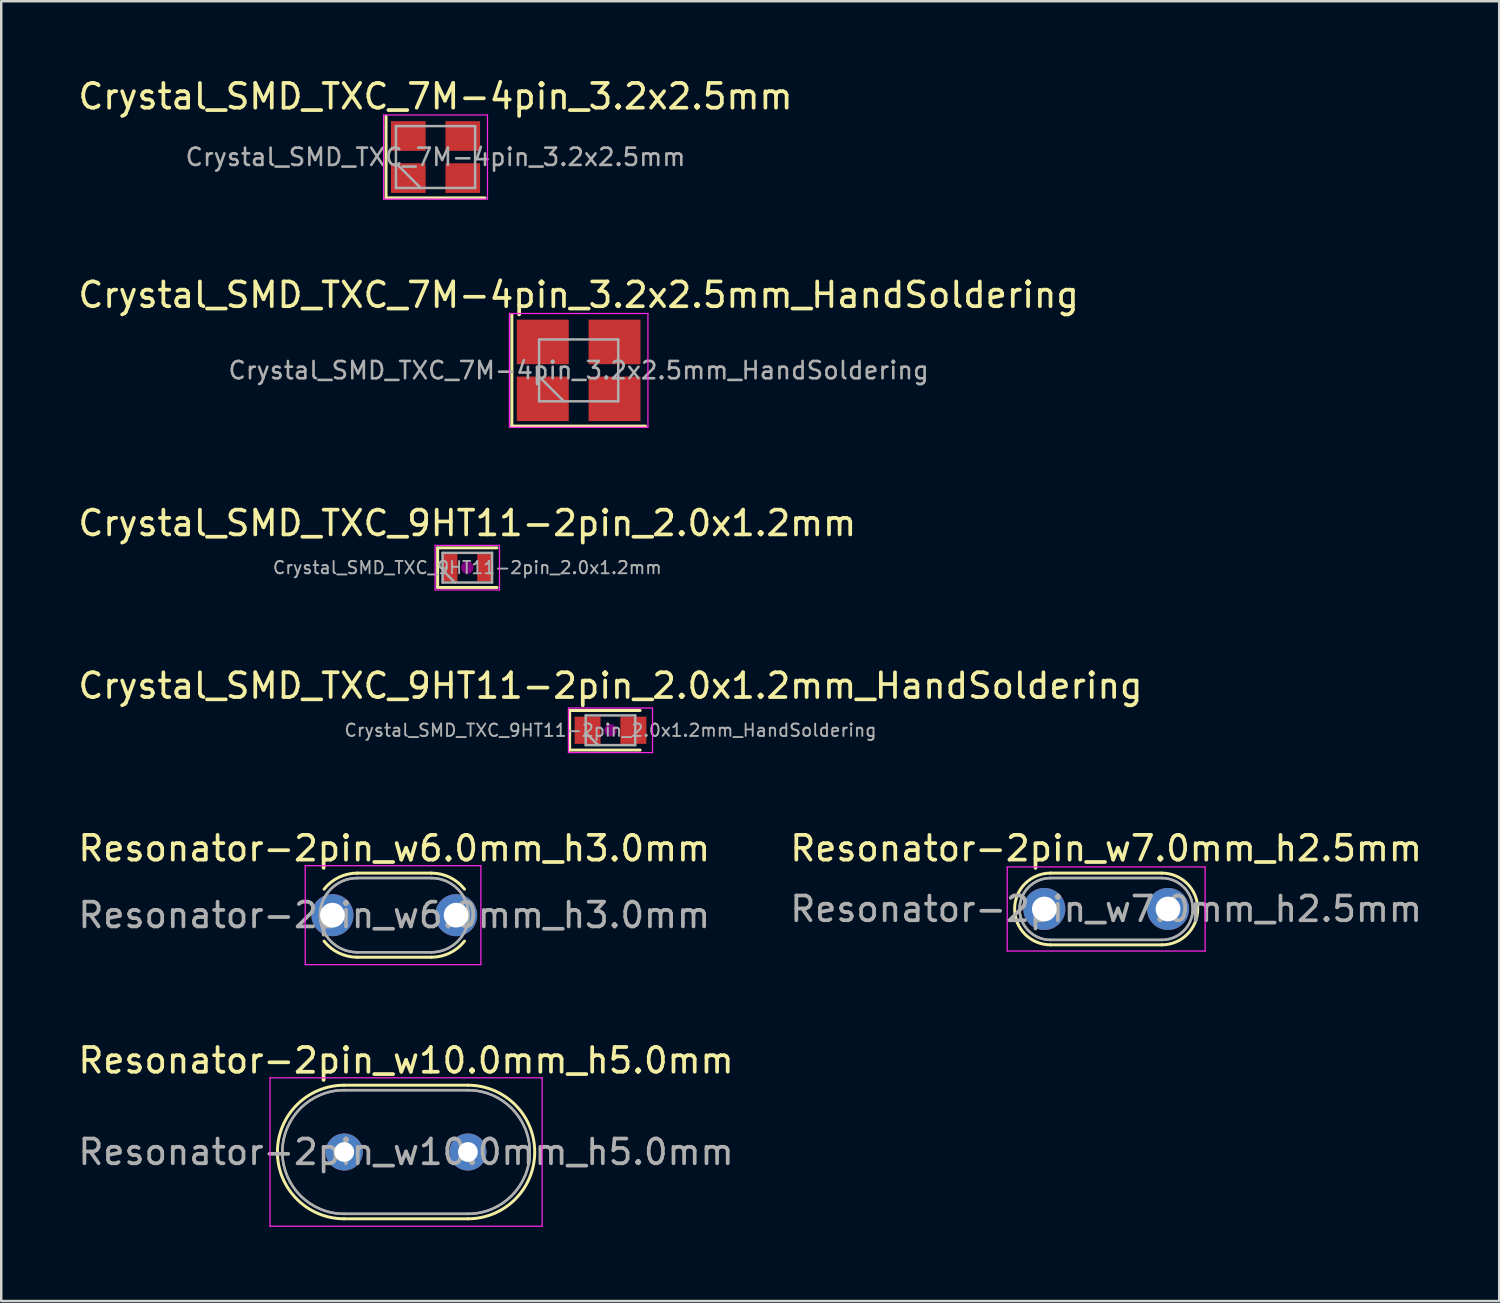
<source format=kicad_pcb>
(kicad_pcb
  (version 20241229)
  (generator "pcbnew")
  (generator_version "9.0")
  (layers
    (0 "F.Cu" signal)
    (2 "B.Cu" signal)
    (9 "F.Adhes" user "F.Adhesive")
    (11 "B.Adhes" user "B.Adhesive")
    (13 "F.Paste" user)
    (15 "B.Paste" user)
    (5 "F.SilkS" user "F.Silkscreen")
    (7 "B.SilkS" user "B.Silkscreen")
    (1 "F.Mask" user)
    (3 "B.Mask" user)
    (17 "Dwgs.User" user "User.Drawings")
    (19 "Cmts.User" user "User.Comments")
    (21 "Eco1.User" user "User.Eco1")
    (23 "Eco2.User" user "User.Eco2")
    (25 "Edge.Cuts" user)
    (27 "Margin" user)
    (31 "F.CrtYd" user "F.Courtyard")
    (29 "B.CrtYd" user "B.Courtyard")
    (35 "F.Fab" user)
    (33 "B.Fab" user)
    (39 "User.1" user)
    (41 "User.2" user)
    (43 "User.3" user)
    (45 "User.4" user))
  (footprint "Resonator-2pin_w6.0mm_h3.0mm"
    (layer "F.Cu")
    (at 10.387 33.941)
    (property "Reference" "Resonator-2pin_w6.0mm_h3.0mm" (at 2.5 -2.7 0) (layer "F.SilkS") (effects (font (size 1 1) (thickness 0.15))))
    (attr through_hole)
    (fp_line (start 1 -1.7) (end 4 -1.7) (stroke (width 0.12) (type solid)) (layer "F.SilkS"))
    (fp_line (start 1 1.7) (end 4 1.7) (stroke (width 0.12) (type solid)) (layer "F.SilkS"))
    (fp_arc (start -0.33779 -1.048961) (mid 0.256102 -1.5286) (end 1 -1.7) (stroke (width 0.12) (type solid)) (layer "F.SilkS"))
    (fp_arc (start 1 1.7) (mid 0.256103 1.5286) (end -0.33779 1.048961) (stroke (width 0.12) (type solid)) (layer "F.SilkS"))
    (fp_arc (start 4 -1.7) (mid 4.743897 -1.5286) (end 5.33779 -1.048961) (stroke (width 0.12) (type solid)) (layer "F.SilkS"))
    (fp_arc (start 5.33779 1.048961) (mid 4.743898 1.5286) (end 4 1.7) (stroke (width 0.12) (type solid)) (layer "F.SilkS"))
    (fp_line (start -1.1 -2) (end -1.1 2) (stroke (width 0.05) (type solid)) (layer "F.CrtYd"))
    (fp_line (start -1.1 2) (end 6 2) (stroke (width 0.05) (type solid)) (layer "F.CrtYd"))
    (fp_line (start 6 -2) (end -1.1 -2) (stroke (width 0.05) (type solid)) (layer "F.CrtYd"))
    (fp_line (start 6 2) (end 6 -2) (stroke (width 0.05) (type solid)) (layer "F.CrtYd"))
    (fp_line (start 1 -1.5) (end 4 -1.5) (stroke (width 0.1) (type solid)) (layer "F.Fab"))
    (fp_line (start 1 -1.5) (end 4 -1.5) (stroke (width 0.1) (type solid)) (layer "F.Fab"))
    (fp_line (start 1 1.5) (end 4 1.5) (stroke (width 0.1) (type solid)) (layer "F.Fab"))
    (fp_line (start 1 1.5) (end 4 1.5) (stroke (width 0.1) (type solid)) (layer "F.Fab"))
    (fp_arc (start 1 1.5) (mid -0.5 0) (end 1 -1.5) (stroke (width 0.1) (type solid)) (layer "F.Fab"))
    (fp_arc (start 1 1.5) (mid -0.5 0) (end 1 -1.5) (stroke (width 0.1) (type solid)) (layer "F.Fab"))
    (fp_arc (start 4 -1.5) (mid 5.5 0) (end 4 1.5) (stroke (width 0.1) (type solid)) (layer "F.Fab"))
    (fp_arc (start 4 -1.5) (mid 5.5 0) (end 4 1.5) (stroke (width 0.1) (type solid)) (layer "F.Fab"))
    (fp_text user "${REFERENCE}" (at 2.5 0 0) (layer "F.Fab") (effects (font (size 1 1) (thickness 0.15))))
    (pad "1" thru_hole circle (at 0 0) (size 1.7 1.7) (drill 1) (layers "*.Cu" "*.Mask"))
    (pad "2" thru_hole circle (at 5 0) (size 1.7 1.7) (drill 1) (layers "*.Cu" "*.Mask")))
  (footprint "Crystal_SMD_TXC_7M-4pin_3.2x2.5mm_HandSoldering"
    (layer "F.Cu")
    (at 20.339 11.921)
    (property "Reference" "Crystal_SMD_TXC_7M-4pin_3.2x2.5mm_HandSoldering" (at 0 -3.05 0) (layer "F.SilkS") (effects (font (size 1 1) (thickness 0.15))))
    (attr smd)
    (fp_line (start -2.7 -2.25) (end -2.7 2.25) (stroke (width 0.12) (type solid)) (layer "F.SilkS"))
    (fp_line (start -2.7 2.25) (end 2.7 2.25) (stroke (width 0.12) (type solid)) (layer "F.SilkS"))
    (fp_line (start -2.8 -2.3) (end -2.8 2.3) (stroke (width 0.05) (type solid)) (layer "F.CrtYd"))
    (fp_line (start -2.8 2.3) (end 2.8 2.3) (stroke (width 0.05) (type solid)) (layer "F.CrtYd"))
    (fp_line (start 2.8 -2.3) (end -2.8 -2.3) (stroke (width 0.05) (type solid)) (layer "F.CrtYd"))
    (fp_line (start 2.8 2.3) (end 2.8 -2.3) (stroke (width 0.05) (type solid)) (layer "F.CrtYd"))
    (fp_line (start -1.6 -1.25) (end -1.6 1.25) (stroke (width 0.1) (type solid)) (layer "F.Fab"))
    (fp_line (start -1.6 0.25) (end -0.6 1.25) (stroke (width 0.1) (type solid)) (layer "F.Fab"))
    (fp_line (start -1.6 1.25) (end 1.6 1.25) (stroke (width 0.1) (type solid)) (layer "F.Fab"))
    (fp_line (start 1.6 -1.25) (end -1.6 -1.25) (stroke (width 0.1) (type solid)) (layer "F.Fab"))
    (fp_line (start 1.6 1.25) (end 1.6 -1.25) (stroke (width 0.1) (type solid)) (layer "F.Fab"))
    (fp_text user "${REFERENCE}" (at 0 0 0) (layer "F.Fab") (effects (font (size 0.7 0.7) (thickness 0.105))))
    (pad "1" smd rect (at -1.45 1.15) (size 2.1 1.8) (layers "F.Cu" "F.Mask" "F.Paste"))
    (pad "2" smd rect (at 1.45 1.15) (size 2.1 1.8) (layers "F.Cu" "F.Mask" "F.Paste"))
    (pad "3" smd rect (at 1.45 -1.15) (size 2.1 1.8) (layers "F.Cu" "F.Mask" "F.Paste"))
    (pad "4" smd rect (at -1.45 -1.15) (size 2.1 1.8) (layers "F.Cu" "F.Mask" "F.Paste")))
  (footprint "Resonator-2pin_w10.0mm_h5.0mm"
    (layer "F.Cu")
    (at 10.863 43.514)
    (property "Reference" "Resonator-2pin_w10.0mm_h5.0mm" (at 2.5 -3.7 0) (layer "F.SilkS") (effects (font (size 1 1) (thickness 0.15))))
    (attr through_hole)
    (fp_line (start 0 -2.7) (end 5 -2.7) (stroke (width 0.12) (type solid)) (layer "F.SilkS"))
    (fp_line (start 0 2.7) (end 5 2.7) (stroke (width 0.12) (type solid)) (layer "F.SilkS"))
    (fp_arc (start 0 2.7) (mid -2.7 0) (end 0 -2.7) (stroke (width 0.12) (type solid)) (layer "F.SilkS"))
    (fp_arc (start 5 -2.7) (mid 7.7 0) (end 5 2.7) (stroke (width 0.12) (type solid)) (layer "F.SilkS"))
    (fp_line (start -3 -3) (end -3 3) (stroke (width 0.05) (type solid)) (layer "F.CrtYd"))
    (fp_line (start -3 3) (end 8 3) (stroke (width 0.05) (type solid)) (layer "F.CrtYd"))
    (fp_line (start 8 -3) (end -3 -3) (stroke (width 0.05) (type solid)) (layer "F.CrtYd"))
    (fp_line (start 8 3) (end 8 -3) (stroke (width 0.05) (type solid)) (layer "F.CrtYd"))
    (fp_line (start 0 -2.5) (end 5 -2.5) (stroke (width 0.1) (type solid)) (layer "F.Fab"))
    (fp_line (start 0 -2.5) (end 5 -2.5) (stroke (width 0.1) (type solid)) (layer "F.Fab"))
    (fp_line (start 0 2.5) (end 5 2.5) (stroke (width 0.1) (type solid)) (layer "F.Fab"))
    (fp_line (start 0 2.5) (end 5 2.5) (stroke (width 0.1) (type solid)) (layer "F.Fab"))
    (fp_arc (start 0 2.5) (mid -2.5 0) (end 0 -2.5) (stroke (width 0.1) (type solid)) (layer "F.Fab"))
    (fp_arc (start 0 2.5) (mid -2.5 0) (end 0 -2.5) (stroke (width 0.1) (type solid)) (layer "F.Fab"))
    (fp_arc (start 5 -2.5) (mid 7.5 0) (end 5 2.5) (stroke (width 0.1) (type solid)) (layer "F.Fab"))
    (fp_arc (start 5 -2.5) (mid 7.5 0) (end 5 2.5) (stroke (width 0.1) (type solid)) (layer "F.Fab"))
    (fp_text user "${REFERENCE}" (at 2.5 0 0) (layer "F.Fab") (effects (font (size 1 1) (thickness 0.15))))
    (pad "1" thru_hole circle (at 0 0) (size 1.5 1.5) (drill 0.8) (layers "*.Cu" "*.Mask"))
    (pad "2" thru_hole circle (at 5 0) (size 1.5 1.5) (drill 0.8) (layers "*.Cu" "*.Mask")))
  (footprint "Crystal_SMD_TXC_7M-4pin_3.2x2.5mm"
    (layer "F.Cu")
    (at 14.554 3.298)
    (property "Reference" "Crystal_SMD_TXC_7M-4pin_3.2x2.5mm" (at 0 -2.45 0) (layer "F.SilkS") (effects (font (size 1 1) (thickness 0.15))))
    (attr smd)
    (fp_line (start -2 -1.65) (end -2 1.65) (stroke (width 0.12) (type solid)) (layer "F.SilkS"))
    (fp_line (start -2 1.65) (end 2 1.65) (stroke (width 0.12) (type solid)) (layer "F.SilkS"))
    (fp_line (start -2.1 -1.7) (end -2.1 1.7) (stroke (width 0.05) (type solid)) (layer "F.CrtYd"))
    (fp_line (start -2.1 1.7) (end 2.1 1.7) (stroke (width 0.05) (type solid)) (layer "F.CrtYd"))
    (fp_line (start 2.1 -1.7) (end -2.1 -1.7) (stroke (width 0.05) (type solid)) (layer "F.CrtYd"))
    (fp_line (start 2.1 1.7) (end 2.1 -1.7) (stroke (width 0.05) (type solid)) (layer "F.CrtYd"))
    (fp_line (start -1.6 -1.25) (end -1.6 1.25) (stroke (width 0.1) (type solid)) (layer "F.Fab"))
    (fp_line (start -1.6 0.25) (end -0.6 1.25) (stroke (width 0.1) (type solid)) (layer "F.Fab"))
    (fp_line (start -1.6 1.25) (end 1.6 1.25) (stroke (width 0.1) (type solid)) (layer "F.Fab"))
    (fp_line (start 1.6 -1.25) (end -1.6 -1.25) (stroke (width 0.1) (type solid)) (layer "F.Fab"))
    (fp_line (start 1.6 1.25) (end 1.6 -1.25) (stroke (width 0.1) (type solid)) (layer "F.Fab"))
    (fp_text user "${REFERENCE}" (at 0 0 0) (layer "F.Fab") (effects (font (size 0.7 0.7) (thickness 0.105))))
    (pad "1" smd rect (at -1.1 0.85) (size 1.4 1.2) (layers "F.Cu" "F.Mask" "F.Paste"))
    (pad "2" smd rect (at 1.1 0.85) (size 1.4 1.2) (layers "F.Cu" "F.Mask" "F.Paste"))
    (pad "3" smd rect (at 1.1 -0.85) (size 1.4 1.2) (layers "F.Cu" "F.Mask" "F.Paste"))
    (pad "4" smd rect (at -1.1 -0.85) (size 1.4 1.2) (layers "F.Cu" "F.Mask" "F.Paste")))
  (footprint "Crystal_SMD_TXC_9HT11-2pin_2.0x1.2mm_HandSoldering"
    (layer "F.Cu")
    (at 21.625 26.468)
    (property "Reference" "Crystal_SMD_TXC_9HT11-2pin_2.0x1.2mm_HandSoldering" (at 0 -1.8 0) (layer "F.SilkS") (effects (font (size 1 1) (thickness 0.15))))
    (attr smd)
    (fp_line (start -1.65 -0.8) (end -1.65 0.8) (stroke (width 0.12) (type solid)) (layer "F.SilkS"))
    (fp_line (start -1.65 0.8) (end 1.2 0.8) (stroke (width 0.12) (type solid)) (layer "F.SilkS"))
    (fp_line (start 1.2 -0.8) (end -1.65 -0.8) (stroke (width 0.12) (type solid)) (layer "F.SilkS"))
    (fp_circle (center 0 0) (end 0.047 0) (stroke (width 0.093) (type solid)) (fill no) (layer "F.Adhes"))
    (fp_circle (center 0 0) (end 0.107 0) (stroke (width 0.067) (type solid)) (fill no) (layer "F.Adhes"))
    (fp_circle (center 0 0) (end 0.167 0) (stroke (width 0.067) (type solid)) (fill no) (layer "F.Adhes"))
    (fp_circle (center 0 0) (end 0.2 0) (stroke (width 0.1) (type solid)) (fill no) (layer "F.Adhes"))
    (fp_line (start -1.7 -0.9) (end -1.7 0.9) (stroke (width 0.05) (type solid)) (layer "F.CrtYd"))
    (fp_line (start -1.7 0.9) (end 1.7 0.9) (stroke (width 0.05) (type solid)) (layer "F.CrtYd"))
    (fp_line (start 1.7 -0.9) (end -1.7 -0.9) (stroke (width 0.05) (type solid)) (layer "F.CrtYd"))
    (fp_line (start 1.7 0.9) (end 1.7 -0.9) (stroke (width 0.05) (type solid)) (layer "F.CrtYd"))
    (fp_line (start -1 -0.6) (end -1 0.6) (stroke (width 0.1) (type solid)) (layer "F.Fab"))
    (fp_line (start -1 0.1) (end -0.5 0.6) (stroke (width 0.1) (type solid)) (layer "F.Fab"))
    (fp_line (start -1 0.6) (end 1 0.6) (stroke (width 0.1) (type solid)) (layer "F.Fab"))
    (fp_line (start 1 -0.6) (end -1 -0.6) (stroke (width 0.1) (type solid)) (layer "F.Fab"))
    (fp_line (start 1 0.6) (end 1 -0.6) (stroke (width 0.1) (type solid)) (layer "F.Fab"))
    (fp_text user "${REFERENCE}" (at 0 0 0) (layer "F.Fab") (effects (font (size 0.5 0.5) (thickness 0.075))))
    (pad "1" smd rect (at -0.925 0) (size 1.05 1.1) (layers "F.Cu" "F.Mask" "F.Paste"))
    (pad "2" smd rect (at 0.925 0) (size 1.05 1.1) (layers "F.Cu" "F.Mask" "F.Paste")))
  (footprint "Resonator-2pin_w7.0mm_h2.5mm"
    (layer "F.Cu")
    (at 39.161 33.691)
    (property "Reference" "Resonator-2pin_w7.0mm_h2.5mm" (at 2.5 -2.45 0) (layer "F.SilkS") (effects (font (size 1 1) (thickness 0.15))))
    (attr through_hole)
    (fp_line (start 0.25 -1.45) (end 4.75 -1.45) (stroke (width 0.12) (type solid)) (layer "F.SilkS"))
    (fp_line (start 0.25 1.45) (end 4.75 1.45) (stroke (width 0.12) (type solid)) (layer "F.SilkS"))
    (fp_arc (start 0.25 1.45) (mid -1.2 0) (end 0.25 -1.45) (stroke (width 0.12) (type solid)) (layer "F.SilkS"))
    (fp_arc (start 4.75 -1.45) (mid 6.2 0) (end 4.75 1.45) (stroke (width 0.12) (type solid)) (layer "F.SilkS"))
    (fp_line (start -1.5 -1.7) (end -1.5 1.7) (stroke (width 0.05) (type solid)) (layer "F.CrtYd"))
    (fp_line (start -1.5 1.7) (end 6.5 1.7) (stroke (width 0.05) (type solid)) (layer "F.CrtYd"))
    (fp_line (start 6.5 -1.7) (end -1.5 -1.7) (stroke (width 0.05) (type solid)) (layer "F.CrtYd"))
    (fp_line (start 6.5 1.7) (end 6.5 -1.7) (stroke (width 0.05) (type solid)) (layer "F.CrtYd"))
    (fp_line (start 0.25 -1.25) (end 4.75 -1.25) (stroke (width 0.1) (type solid)) (layer "F.Fab"))
    (fp_line (start 0.25 -1.25) (end 4.75 -1.25) (stroke (width 0.1) (type solid)) (layer "F.Fab"))
    (fp_line (start 0.25 1.25) (end 4.75 1.25) (stroke (width 0.1) (type solid)) (layer "F.Fab"))
    (fp_line (start 0.25 1.25) (end 4.75 1.25) (stroke (width 0.1) (type solid)) (layer "F.Fab"))
    (fp_arc (start 0.25 1.25) (mid -1 0) (end 0.25 -1.25) (stroke (width 0.1) (type solid)) (layer "F.Fab"))
    (fp_arc (start 0.25 1.25) (mid -1 0) (end 0.25 -1.25) (stroke (width 0.1) (type solid)) (layer "F.Fab"))
    (fp_arc (start 4.75 -1.25) (mid 6 0) (end 4.75 1.25) (stroke (width 0.1) (type solid)) (layer "F.Fab"))
    (fp_arc (start 4.75 -1.25) (mid 6 0) (end 4.75 1.25) (stroke (width 0.1) (type solid)) (layer "F.Fab"))
    (fp_text user "${REFERENCE}" (at 2.5 0 0) (layer "F.Fab") (effects (font (size 1 1) (thickness 0.15))))
    (pad "1" thru_hole circle (at 0 0) (size 1.7 1.7) (drill 1) (layers "*.Cu" "*.Mask"))
    (pad "2" thru_hole circle (at 5 0) (size 1.7 1.7) (drill 1) (layers "*.Cu" "*.Mask")))
  (footprint "Crystal_SMD_TXC_9HT11-2pin_2.0x1.2mm"
    (layer "F.Cu")
    (at 15.839 19.895)
    (property "Reference" "Crystal_SMD_TXC_9HT11-2pin_2.0x1.2mm" (at 0 -1.8 0) (layer "F.SilkS") (effects (font (size 1 1) (thickness 0.15))))
    (attr smd)
    (fp_line (start -1.2 -0.8) (end -1.2 0.8) (stroke (width 0.12) (type solid)) (layer "F.SilkS"))
    (fp_line (start -1.2 0.8) (end 1.2 0.8) (stroke (width 0.12) (type solid)) (layer "F.SilkS"))
    (fp_line (start 1.2 -0.8) (end -1.2 -0.8) (stroke (width 0.12) (type solid)) (layer "F.SilkS"))
    (fp_circle (center 0 0) (end 0.047 0) (stroke (width 0.093) (type solid)) (fill no) (layer "F.Adhes"))
    (fp_circle (center 0 0) (end 0.107 0) (stroke (width 0.067) (type solid)) (fill no) (layer "F.Adhes"))
    (fp_circle (center 0 0) (end 0.167 0) (stroke (width 0.067) (type solid)) (fill no) (layer "F.Adhes"))
    (fp_circle (center 0 0) (end 0.2 0) (stroke (width 0.1) (type solid)) (fill no) (layer "F.Adhes"))
    (fp_line (start -1.3 -0.9) (end -1.3 0.9) (stroke (width 0.05) (type solid)) (layer "F.CrtYd"))
    (fp_line (start -1.3 0.9) (end 1.3 0.9) (stroke (width 0.05) (type solid)) (layer "F.CrtYd"))
    (fp_line (start 1.3 -0.9) (end -1.3 -0.9) (stroke (width 0.05) (type solid)) (layer "F.CrtYd"))
    (fp_line (start 1.3 0.9) (end 1.3 -0.9) (stroke (width 0.05) (type solid)) (layer "F.CrtYd"))
    (fp_line (start -1 -0.6) (end -1 0.6) (stroke (width 0.1) (type solid)) (layer "F.Fab"))
    (fp_line (start -1 0.1) (end -0.5 0.6) (stroke (width 0.1) (type solid)) (layer "F.Fab"))
    (fp_line (start -1 0.6) (end 1 0.6) (stroke (width 0.1) (type solid)) (layer "F.Fab"))
    (fp_line (start 1 -0.6) (end -1 -0.6) (stroke (width 0.1) (type solid)) (layer "F.Fab"))
    (fp_line (start 1 0.6) (end 1 -0.6) (stroke (width 0.1) (type solid)) (layer "F.Fab"))
    (fp_text user "${REFERENCE}" (at 0 0 0) (layer "F.Fab") (effects (font (size 0.5 0.5) (thickness 0.075))))
    (pad "1" smd rect (at -0.7 0) (size 0.6 1.1) (layers "F.Cu" "F.Mask" "F.Paste"))
    (pad "2" smd rect (at 0.7 0) (size 0.6 1.1) (layers "F.Cu" "F.Mask" "F.Paste")))
  (gr_rect
    (start -3 -3)
    (end 57.548 49.539)
    (stroke (width 0.1) (type default))
    (fill no)
    (layer "Edge.Cuts")))
</source>
